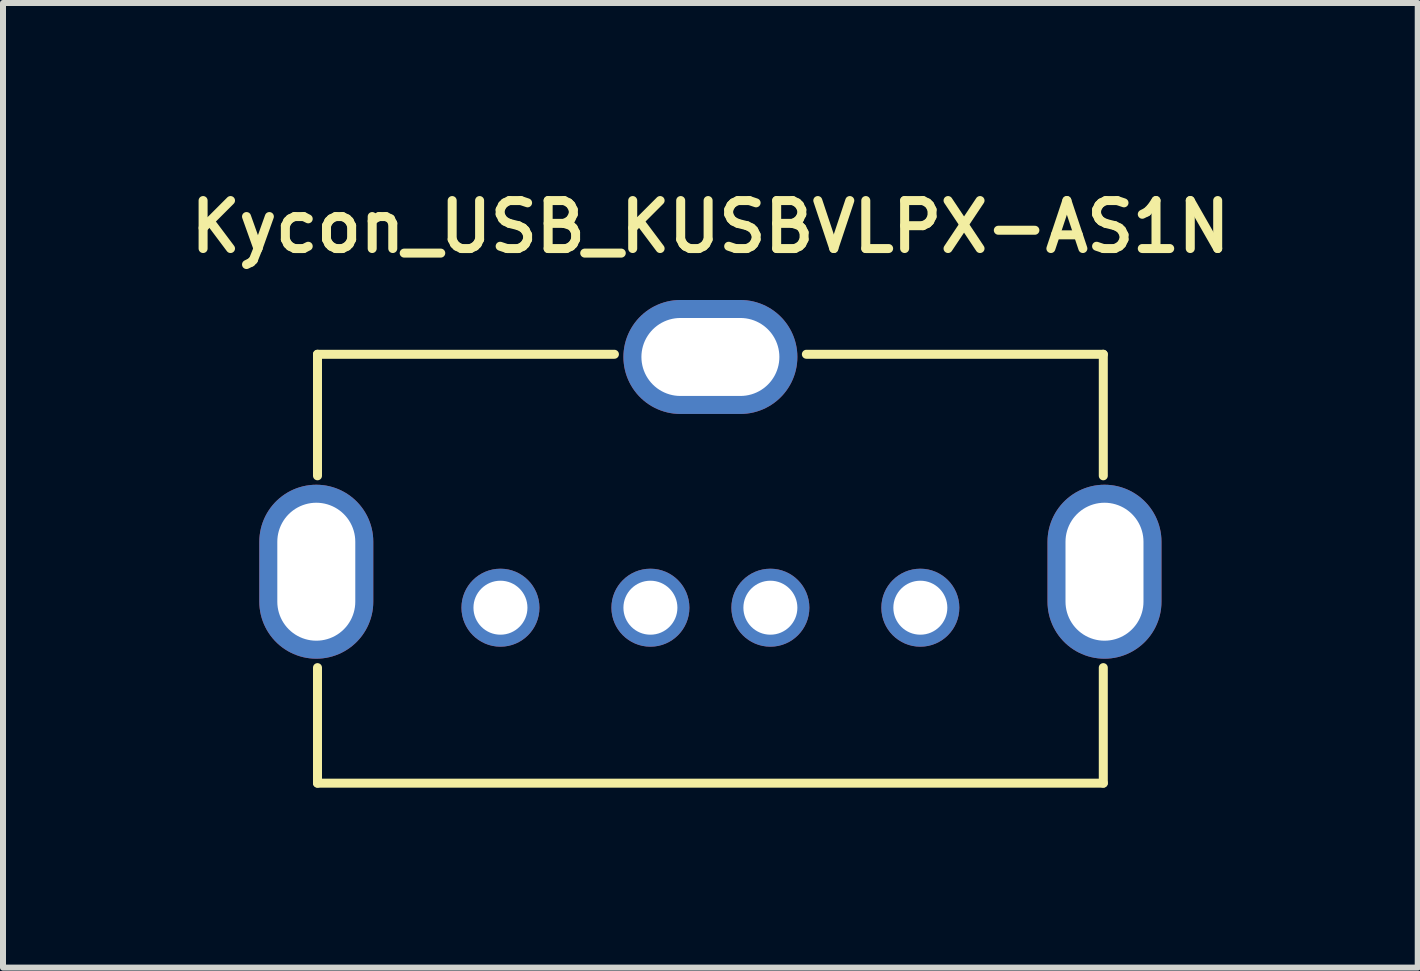
<source format=kicad_pcb>
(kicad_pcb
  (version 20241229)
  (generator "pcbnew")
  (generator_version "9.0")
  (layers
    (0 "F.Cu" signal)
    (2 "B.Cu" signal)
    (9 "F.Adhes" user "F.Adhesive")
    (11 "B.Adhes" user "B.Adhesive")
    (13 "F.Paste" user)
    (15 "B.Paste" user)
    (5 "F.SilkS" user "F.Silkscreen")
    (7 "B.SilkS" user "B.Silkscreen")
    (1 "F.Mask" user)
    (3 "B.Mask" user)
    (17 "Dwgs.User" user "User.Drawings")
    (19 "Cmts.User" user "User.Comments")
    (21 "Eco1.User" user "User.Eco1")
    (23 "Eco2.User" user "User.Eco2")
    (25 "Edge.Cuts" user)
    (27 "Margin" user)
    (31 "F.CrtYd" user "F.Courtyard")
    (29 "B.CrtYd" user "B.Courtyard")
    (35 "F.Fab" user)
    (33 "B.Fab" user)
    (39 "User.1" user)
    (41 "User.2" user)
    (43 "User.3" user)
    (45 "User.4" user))
  (footprint "Kycon_USB_KUSBVLPX-AS1N"
    (layer "F.Cu")
    (at 8.793 7.081)
    (property "Reference" "Kycon_USB_KUSBVLPX-AS1N" (at 0 -6.35 0) (layer "F.SilkS") (effects (font (size 0.8 0.8) (thickness 0.15))))
    (attr through_hole)
    (fp_line (start -6.55 -4.225) (end -6.55 -2.199) (stroke (width 0.15) (type solid)) (layer "F.SilkS"))
    (fp_line (start -6.55 -4.225) (end -1.6 -4.225) (stroke (width 0.15) (type solid)) (layer "F.SilkS"))
    (fp_line (start -6.55 0.999) (end -6.55 2.925) (stroke (width 0.15) (type solid)) (layer "F.SilkS"))
    (fp_line (start -6.55 2.925) (end 6.55 2.925) (stroke (width 0.15) (type solid)) (layer "F.SilkS"))
    (fp_line (start 1.6 -4.225) (end 6.55 -4.225) (stroke (width 0.15) (type solid)) (layer "F.SilkS"))
    (fp_line (start 6.55 -4.225) (end 6.55 -2.199) (stroke (width 0.15) (type solid)) (layer "F.SilkS"))
    (fp_line (start 6.55 0.999) (end 6.55 2.925) (stroke (width 0.15) (type solid)) (layer "F.SilkS"))
    (pad "1" thru_hole circle (at -3.5 0) (size 1.3 1.3) (drill 0.9) (layers "*.Cu" "*.Mask"))
    (pad "2" thru_hole circle (at -1 0) (size 1.3 1.3) (drill 0.9) (layers "*.Cu" "*.Mask"))
    (pad "3" thru_hole circle (at 1 0) (size 1.3 1.3) (drill 0.9) (layers "*.Cu" "*.Mask"))
    (pad "4" thru_hole circle (at 3.5 0) (size 1.3 1.3) (drill 0.9) (layers "*.Cu" "*.Mask"))
    (pad "5" thru_hole oval (at -6.57 -0.6) (size 1.9 2.9) (drill oval 1.3 2.3) (layers "*.Cu" "*.Mask"))
    (pad "5" thru_hole oval (at 0 -4.18) (size 2.9 1.9) (drill oval 2.3 1.3) (layers "*.Cu" "*.Mask"))
    (pad "5" thru_hole oval (at 6.57 -0.6) (size 1.9 2.9) (drill oval 1.3 2.3) (layers "*.Cu" "*.Mask")))
  (gr_rect
    (start -3 -3)
    (end 20.585 13.081)
    (stroke (width 0.1) (type default))
    (fill no)
    (layer "Edge.Cuts")))
</source>
